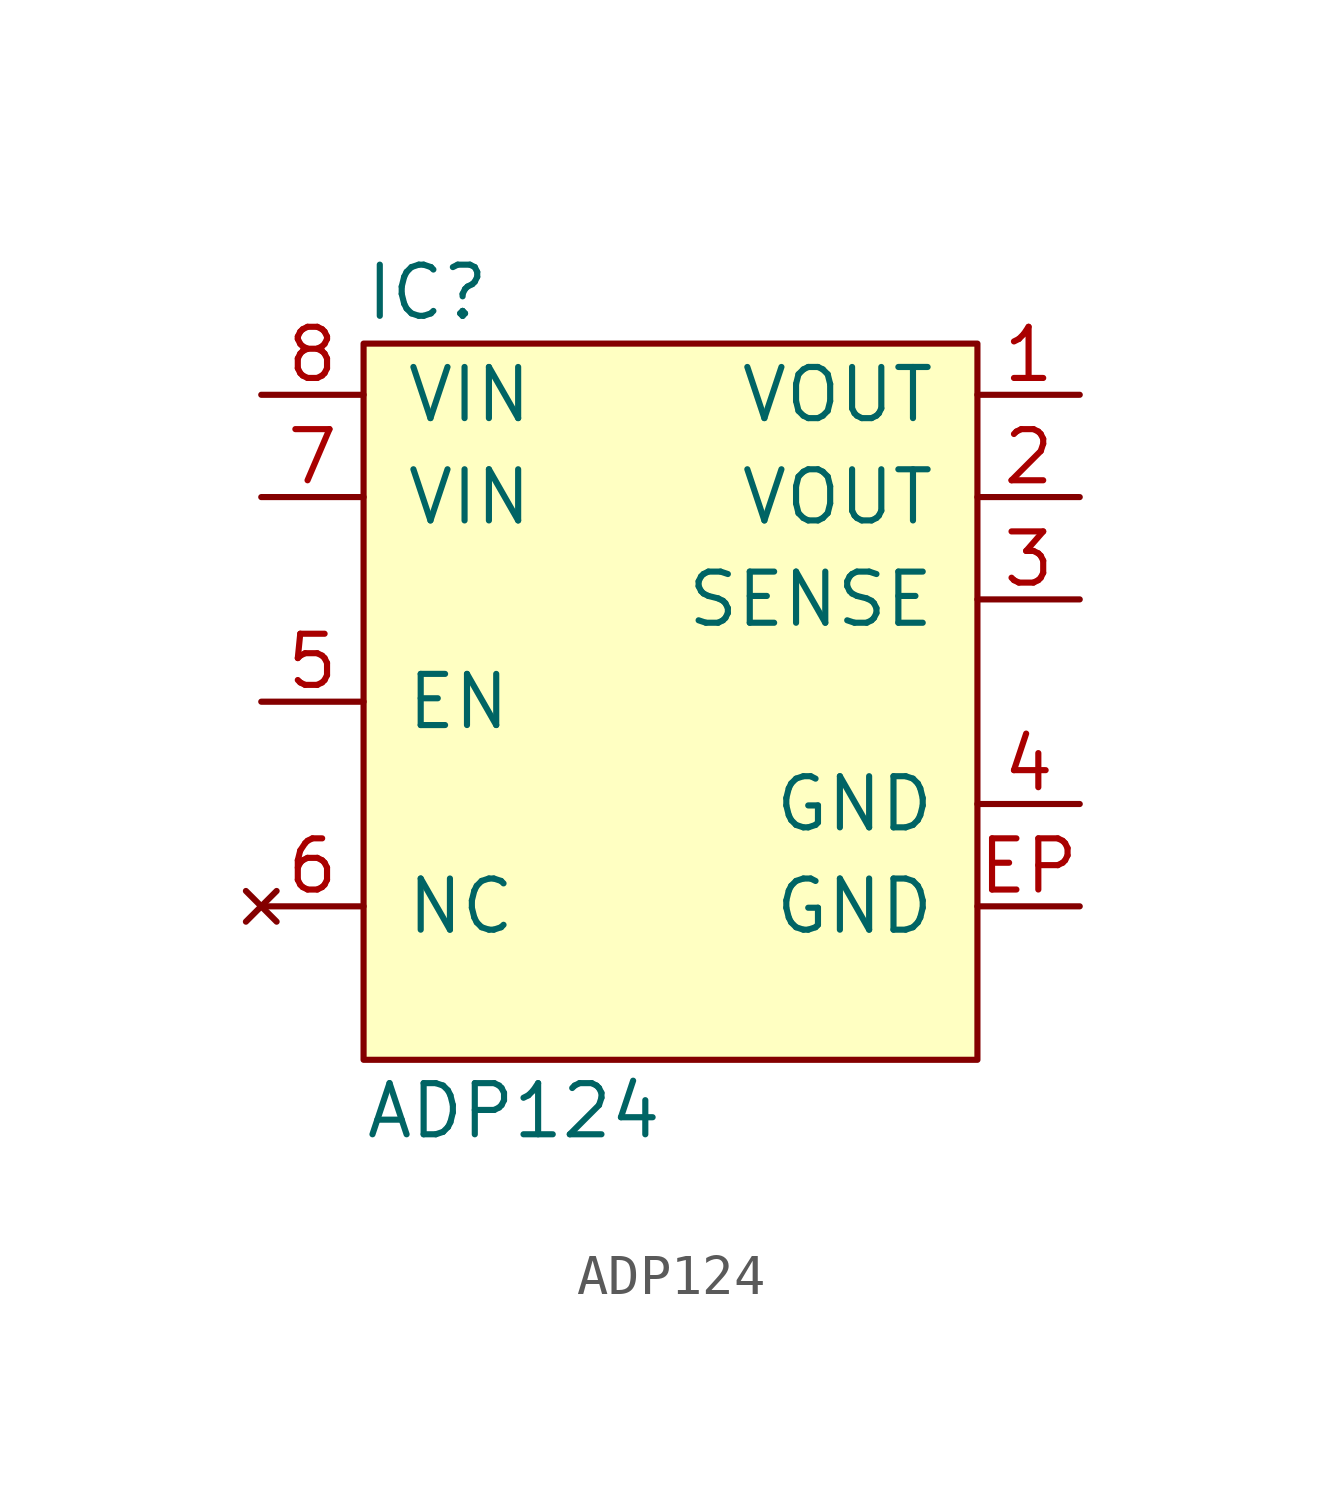
<source format=kicad_sym>
(kicad_symbol_lib
  (version 20211014)
  (generator agg_kicad.build_lib_ic)
  (symbol "ADP124"
    (pin_names
      (offset 1.016))
    (property Reference IC
      (at -7.62 10.16 0)
      (effects (font (size 1.27 1.27)) (justify left)))
    (property Value "ADP124"
      (at -7.62 -10.16 0)
      (effects (font (size 1.27 1.27)) (justify left)))
    (symbol "ADP124_0_0"
      (rectangle (start -7.62 8.89) (end 7.62 -8.89) (stroke (width 0) (type default) (color 0 0 0 0)) (fill (type background)))
      (pin power_in line (at -10.16 7.62 0) (length 2.54) (name VIN (effects (font (size 1.27 1.27)))) (number "8" (effects (font (size 1.27 1.27)))))
      (pin power_in line (at -10.16 5.08 0) (length 2.54) (name VIN (effects (font (size 1.27 1.27)))) (number "7" (effects (font (size 1.27 1.27)))))
      (pin input line (at -10.16 0 0) (length 2.54) (name EN (effects (font (size 1.27 1.27)))) (number "5" (effects (font (size 1.27 1.27)))))
      (pin no_connect line (at -10.16 -5.08 0) (length 2.54) (name NC (effects (font (size 1.27 1.27)))) (number "6" (effects (font (size 1.27 1.27)))))
      (pin power_out line (at 10.16 7.62 180) (length 2.54) (name VOUT (effects (font (size 1.27 1.27)))) (number "1" (effects (font (size 1.27 1.27)))))
      (pin power_out line (at 10.16 5.08 180) (length 2.54) (name VOUT (effects (font (size 1.27 1.27)))) (number "2" (effects (font (size 1.27 1.27)))))
      (pin input line (at 10.16 2.54 180) (length 2.54) (name SENSE (effects (font (size 1.27 1.27)))) (number "3" (effects (font (size 1.27 1.27)))))
      (pin power_in line (at 10.16 -2.54 180) (length 2.54) (name GND (effects (font (size 1.27 1.27)))) (number "4" (effects (font (size 1.27 1.27)))))
      (pin power_in line (at 10.16 -5.08 180) (length 2.54) (name GND (effects (font (size 1.27 1.27)))) (number EP (effects (font (size 1.27 1.27))))))))
</source>
